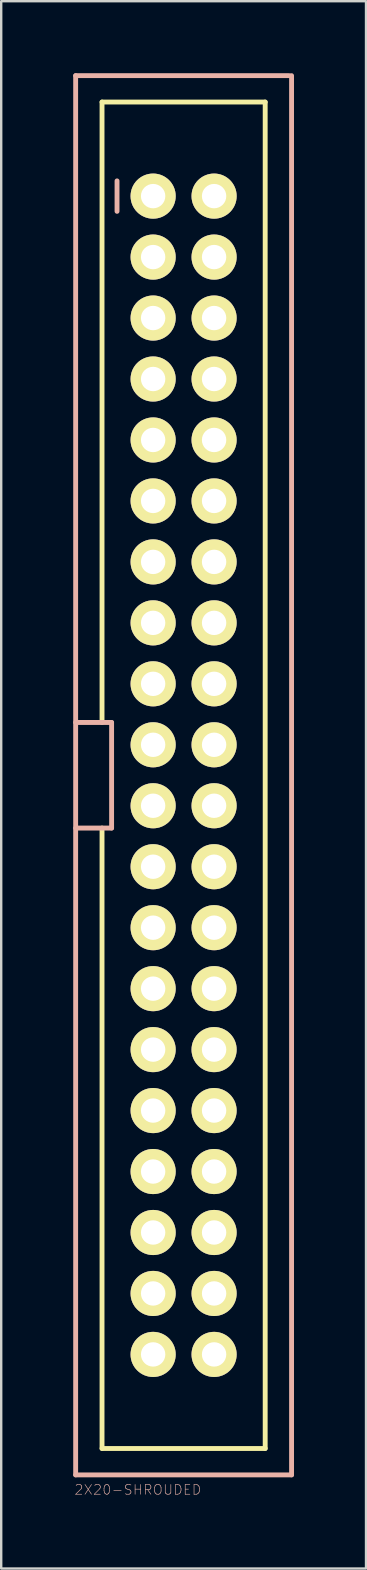
<source format=kicad_pcb>
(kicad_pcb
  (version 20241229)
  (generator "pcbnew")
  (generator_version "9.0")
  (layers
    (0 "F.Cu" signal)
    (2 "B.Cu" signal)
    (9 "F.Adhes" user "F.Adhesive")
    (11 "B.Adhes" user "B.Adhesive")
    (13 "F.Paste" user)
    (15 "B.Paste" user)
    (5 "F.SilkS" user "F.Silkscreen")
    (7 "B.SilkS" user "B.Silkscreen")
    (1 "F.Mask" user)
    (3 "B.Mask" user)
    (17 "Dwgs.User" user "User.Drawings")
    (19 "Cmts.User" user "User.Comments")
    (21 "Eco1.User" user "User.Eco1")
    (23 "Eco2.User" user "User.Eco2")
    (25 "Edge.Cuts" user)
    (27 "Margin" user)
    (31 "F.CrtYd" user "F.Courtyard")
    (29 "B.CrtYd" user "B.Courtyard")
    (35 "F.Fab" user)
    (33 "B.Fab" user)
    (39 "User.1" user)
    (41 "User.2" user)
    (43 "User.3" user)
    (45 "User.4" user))
  (footprint "2X20-SHROUDED"
    (layer "F.Cu")
    (at 4.6 29.251)
    (property "Reference" "2X20-SHROUDED" (at -1.905 29.769 0) (layer "B.SilkS") (effects (font (size 0.406 0.406) (thickness 0.025))))
    (attr exclude_from_pos_files exclude_from_bom)
    (fp_line (start -3.399 -28.049) (end -3.399 -2.2) (stroke (width 0.203) (type solid)) (layer "F.SilkS"))
    (fp_line (start -3.399 -28.049) (end 3.399 -28.049) (stroke (width 0.203) (type solid)) (layer "F.SilkS"))
    (fp_line (start -3.399 28.049) (end -3.399 2.2) (stroke (width 0.203) (type solid)) (layer "F.SilkS"))
    (fp_line (start -3.399 28.049) (end 3.399 28.049) (stroke (width 0.203) (type solid)) (layer "F.SilkS"))
    (fp_line (start -1.524 -24.384) (end -1.016 -24.384) (stroke (width 0.066) (type solid)) (layer "F.SilkS"))
    (fp_line (start -1.524 -23.876) (end -1.524 -24.384) (stroke (width 0.066) (type solid)) (layer "F.SilkS"))
    (fp_line (start -1.524 -23.876) (end -1.016 -23.876) (stroke (width 0.066) (type solid)) (layer "F.SilkS"))
    (fp_line (start -1.524 -21.844) (end -1.016 -21.844) (stroke (width 0.066) (type solid)) (layer "F.SilkS"))
    (fp_line (start -1.524 -21.336) (end -1.524 -21.844) (stroke (width 0.066) (type solid)) (layer "F.SilkS"))
    (fp_line (start -1.524 -21.336) (end -1.016 -21.336) (stroke (width 0.066) (type solid)) (layer "F.SilkS"))
    (fp_line (start -1.524 -19.304) (end -1.016 -19.304) (stroke (width 0.066) (type solid)) (layer "F.SilkS"))
    (fp_line (start -1.524 -18.796) (end -1.524 -19.304) (stroke (width 0.066) (type solid)) (layer "F.SilkS"))
    (fp_line (start -1.524 -18.796) (end -1.016 -18.796) (stroke (width 0.066) (type solid)) (layer "F.SilkS"))
    (fp_line (start -1.524 -16.764) (end -1.016 -16.764) (stroke (width 0.066) (type solid)) (layer "F.SilkS"))
    (fp_line (start -1.524 -16.764) (end -1.016 -16.764) (stroke (width 0.066) (type solid)) (layer "F.SilkS"))
    (fp_line (start -1.524 -16.256) (end -1.524 -16.764) (stroke (width 0.066) (type solid)) (layer "F.SilkS"))
    (fp_line (start -1.524 -16.256) (end -1.524 -16.764) (stroke (width 0.066) (type solid)) (layer "F.SilkS"))
    (fp_line (start -1.524 -16.256) (end -1.016 -16.256) (stroke (width 0.066) (type solid)) (layer "F.SilkS"))
    (fp_line (start -1.524 -16.256) (end -1.016 -16.256) (stroke (width 0.066) (type solid)) (layer "F.SilkS"))
    (fp_line (start -1.524 -14.224) (end -1.016 -14.224) (stroke (width 0.066) (type solid)) (layer "F.SilkS"))
    (fp_line (start -1.524 -13.716) (end -1.524 -14.224) (stroke (width 0.066) (type solid)) (layer "F.SilkS"))
    (fp_line (start -1.524 -13.716) (end -1.016 -13.716) (stroke (width 0.066) (type solid)) (layer "F.SilkS"))
    (fp_line (start -1.524 -11.684) (end -1.016 -11.684) (stroke (width 0.066) (type solid)) (layer "F.SilkS"))
    (fp_line (start -1.524 -11.176) (end -1.524 -11.684) (stroke (width 0.066) (type solid)) (layer "F.SilkS"))
    (fp_line (start -1.524 -11.176) (end -1.016 -11.176) (stroke (width 0.066) (type solid)) (layer "F.SilkS"))
    (fp_line (start -1.524 -9.144) (end -1.016 -9.144) (stroke (width 0.066) (type solid)) (layer "F.SilkS"))
    (fp_line (start -1.524 -8.636) (end -1.524 -9.144) (stroke (width 0.066) (type solid)) (layer "F.SilkS"))
    (fp_line (start -1.524 -8.636) (end -1.016 -8.636) (stroke (width 0.066) (type solid)) (layer "F.SilkS"))
    (fp_line (start -1.524 -6.604) (end -1.016 -6.604) (stroke (width 0.066) (type solid)) (layer "F.SilkS"))
    (fp_line (start -1.524 -6.096) (end -1.524 -6.604) (stroke (width 0.066) (type solid)) (layer "F.SilkS"))
    (fp_line (start -1.524 -6.096) (end -1.016 -6.096) (stroke (width 0.066) (type solid)) (layer "F.SilkS"))
    (fp_line (start -1.524 -4.064) (end -1.016 -4.064) (stroke (width 0.066) (type solid)) (layer "F.SilkS"))
    (fp_line (start -1.524 -4.064) (end -1.016 -4.064) (stroke (width 0.066) (type solid)) (layer "F.SilkS"))
    (fp_line (start -1.524 -3.556) (end -1.524 -4.064) (stroke (width 0.066) (type solid)) (layer "F.SilkS"))
    (fp_line (start -1.524 -3.556) (end -1.524 -4.064) (stroke (width 0.066) (type solid)) (layer "F.SilkS"))
    (fp_line (start -1.524 -3.556) (end -1.016 -3.556) (stroke (width 0.066) (type solid)) (layer "F.SilkS"))
    (fp_line (start -1.524 -3.556) (end -1.016 -3.556) (stroke (width 0.066) (type solid)) (layer "F.SilkS"))
    (fp_line (start -1.524 -1.524) (end -1.016 -1.524) (stroke (width 0.066) (type solid)) (layer "F.SilkS"))
    (fp_line (start -1.524 -1.016) (end -1.524 -1.524) (stroke (width 0.066) (type solid)) (layer "F.SilkS"))
    (fp_line (start -1.524 -1.016) (end -1.016 -1.016) (stroke (width 0.066) (type solid)) (layer "F.SilkS"))
    (fp_line (start -1.524 1.016) (end -1.016 1.016) (stroke (width 0.066) (type solid)) (layer "F.SilkS"))
    (fp_line (start -1.524 1.524) (end -1.524 1.016) (stroke (width 0.066) (type solid)) (layer "F.SilkS"))
    (fp_line (start -1.524 1.524) (end -1.016 1.524) (stroke (width 0.066) (type solid)) (layer "F.SilkS"))
    (fp_line (start -1.524 3.556) (end -1.016 3.556) (stroke (width 0.066) (type solid)) (layer "F.SilkS"))
    (fp_line (start -1.524 3.556) (end -1.016 3.556) (stroke (width 0.066) (type solid)) (layer "F.SilkS"))
    (fp_line (start -1.524 4.064) (end -1.524 3.556) (stroke (width 0.066) (type solid)) (layer "F.SilkS"))
    (fp_line (start -1.524 4.064) (end -1.524 3.556) (stroke (width 0.066) (type solid)) (layer "F.SilkS"))
    (fp_line (start -1.524 4.064) (end -1.016 4.064) (stroke (width 0.066) (type solid)) (layer "F.SilkS"))
    (fp_line (start -1.524 4.064) (end -1.016 4.064) (stroke (width 0.066) (type solid)) (layer "F.SilkS"))
    (fp_line (start -1.524 6.096) (end -1.016 6.096) (stroke (width 0.066) (type solid)) (layer "F.SilkS"))
    (fp_line (start -1.524 6.604) (end -1.524 6.096) (stroke (width 0.066) (type solid)) (layer "F.SilkS"))
    (fp_line (start -1.524 6.604) (end -1.016 6.604) (stroke (width 0.066) (type solid)) (layer "F.SilkS"))
    (fp_line (start -1.524 8.636) (end -1.016 8.636) (stroke (width 0.066) (type solid)) (layer "F.SilkS"))
    (fp_line (start -1.524 9.144) (end -1.524 8.636) (stroke (width 0.066) (type solid)) (layer "F.SilkS"))
    (fp_line (start -1.524 9.144) (end -1.016 9.144) (stroke (width 0.066) (type solid)) (layer "F.SilkS"))
    (fp_line (start -1.524 11.176) (end -1.016 11.176) (stroke (width 0.066) (type solid)) (layer "F.SilkS"))
    (fp_line (start -1.524 11.684) (end -1.524 11.176) (stroke (width 0.066) (type solid)) (layer "F.SilkS"))
    (fp_line (start -1.524 11.684) (end -1.016 11.684) (stroke (width 0.066) (type solid)) (layer "F.SilkS"))
    (fp_line (start -1.524 13.716) (end -1.016 13.716) (stroke (width 0.066) (type solid)) (layer "F.SilkS"))
    (fp_line (start -1.524 14.224) (end -1.524 13.716) (stroke (width 0.066) (type solid)) (layer "F.SilkS"))
    (fp_line (start -1.524 14.224) (end -1.016 14.224) (stroke (width 0.066) (type solid)) (layer "F.SilkS"))
    (fp_line (start -1.524 16.256) (end -1.016 16.256) (stroke (width 0.066) (type solid)) (layer "F.SilkS"))
    (fp_line (start -1.524 16.764) (end -1.524 16.256) (stroke (width 0.066) (type solid)) (layer "F.SilkS"))
    (fp_line (start -1.524 16.764) (end -1.016 16.764) (stroke (width 0.066) (type solid)) (layer "F.SilkS"))
    (fp_line (start -1.524 18.796) (end -1.016 18.796) (stroke (width 0.066) (type solid)) (layer "F.SilkS"))
    (fp_line (start -1.524 19.304) (end -1.524 18.796) (stroke (width 0.066) (type solid)) (layer "F.SilkS"))
    (fp_line (start -1.524 19.304) (end -1.016 19.304) (stroke (width 0.066) (type solid)) (layer "F.SilkS"))
    (fp_line (start -1.524 21.336) (end -1.016 21.336) (stroke (width 0.066) (type solid)) (layer "F.SilkS"))
    (fp_line (start -1.524 21.844) (end -1.524 21.336) (stroke (width 0.066) (type solid)) (layer "F.SilkS"))
    (fp_line (start -1.524 21.844) (end -1.016 21.844) (stroke (width 0.066) (type solid)) (layer "F.SilkS"))
    (fp_line (start -1.524 23.876) (end -1.016 23.876) (stroke (width 0.066) (type solid)) (layer "F.SilkS"))
    (fp_line (start -1.524 24.384) (end -1.524 23.876) (stroke (width 0.066) (type solid)) (layer "F.SilkS"))
    (fp_line (start -1.524 24.384) (end -1.016 24.384) (stroke (width 0.066) (type solid)) (layer "F.SilkS"))
    (fp_line (start -1.016 -23.876) (end -1.016 -24.384) (stroke (width 0.066) (type solid)) (layer "F.SilkS"))
    (fp_line (start -1.016 -21.336) (end -1.016 -21.844) (stroke (width 0.066) (type solid)) (layer "F.SilkS"))
    (fp_line (start -1.016 -18.796) (end -1.016 -19.304) (stroke (width 0.066) (type solid)) (layer "F.SilkS"))
    (fp_line (start -1.016 -16.256) (end -1.016 -16.764) (stroke (width 0.066) (type solid)) (layer "F.SilkS"))
    (fp_line (start -1.016 -16.256) (end -1.016 -16.764) (stroke (width 0.066) (type solid)) (layer "F.SilkS"))
    (fp_line (start -1.016 -13.716) (end -1.016 -14.224) (stroke (width 0.066) (type solid)) (layer "F.SilkS"))
    (fp_line (start -1.016 -11.176) (end -1.016 -11.684) (stroke (width 0.066) (type solid)) (layer "F.SilkS"))
    (fp_line (start -1.016 -8.636) (end -1.016 -9.144) (stroke (width 0.066) (type solid)) (layer "F.SilkS"))
    (fp_line (start -1.016 -6.096) (end -1.016 -6.604) (stroke (width 0.066) (type solid)) (layer "F.SilkS"))
    (fp_line (start -1.016 -3.556) (end -1.016 -4.064) (stroke (width 0.066) (type solid)) (layer "F.SilkS"))
    (fp_line (start -1.016 -3.556) (end -1.016 -4.064) (stroke (width 0.066) (type solid)) (layer "F.SilkS"))
    (fp_line (start -1.016 -1.016) (end -1.016 -1.524) (stroke (width 0.066) (type solid)) (layer "F.SilkS"))
    (fp_line (start -1.016 1.524) (end -1.016 1.016) (stroke (width 0.066) (type solid)) (layer "F.SilkS"))
    (fp_line (start -1.016 4.064) (end -1.016 3.556) (stroke (width 0.066) (type solid)) (layer "F.SilkS"))
    (fp_line (start -1.016 4.064) (end -1.016 3.556) (stroke (width 0.066) (type solid)) (layer "F.SilkS"))
    (fp_line (start -1.016 6.604) (end -1.016 6.096) (stroke (width 0.066) (type solid)) (layer "F.SilkS"))
    (fp_line (start -1.016 9.144) (end -1.016 8.636) (stroke (width 0.066) (type solid)) (layer "F.SilkS"))
    (fp_line (start -1.016 11.684) (end -1.016 11.176) (stroke (width 0.066) (type solid)) (layer "F.SilkS"))
    (fp_line (start -1.016 14.224) (end -1.016 13.716) (stroke (width 0.066) (type solid)) (layer "F.SilkS"))
    (fp_line (start -1.016 16.764) (end -1.016 16.256) (stroke (width 0.066) (type solid)) (layer "F.SilkS"))
    (fp_line (start -1.016 19.304) (end -1.016 18.796) (stroke (width 0.066) (type solid)) (layer "F.SilkS"))
    (fp_line (start -1.016 21.844) (end -1.016 21.336) (stroke (width 0.066) (type solid)) (layer "F.SilkS"))
    (fp_line (start -1.016 24.384) (end -1.016 23.876) (stroke (width 0.066) (type solid)) (layer "F.SilkS"))
    (fp_line (start 1.016 -24.384) (end 1.524 -24.384) (stroke (width 0.066) (type solid)) (layer "F.SilkS"))
    (fp_line (start 1.016 -23.876) (end 1.016 -24.384) (stroke (width 0.066) (type solid)) (layer "F.SilkS"))
    (fp_line (start 1.016 -23.876) (end 1.524 -23.876) (stroke (width 0.066) (type solid)) (layer "F.SilkS"))
    (fp_line (start 1.016 -21.844) (end 1.524 -21.844) (stroke (width 0.066) (type solid)) (layer "F.SilkS"))
    (fp_line (start 1.016 -21.336) (end 1.016 -21.844) (stroke (width 0.066) (type solid)) (layer "F.SilkS"))
    (fp_line (start 1.016 -21.336) (end 1.524 -21.336) (stroke (width 0.066) (type solid)) (layer "F.SilkS"))
    (fp_line (start 1.016 -19.304) (end 1.524 -19.304) (stroke (width 0.066) (type solid)) (layer "F.SilkS"))
    (fp_line (start 1.016 -18.796) (end 1.016 -19.304) (stroke (width 0.066) (type solid)) (layer "F.SilkS"))
    (fp_line (start 1.016 -18.796) (end 1.524 -18.796) (stroke (width 0.066) (type solid)) (layer "F.SilkS"))
    (fp_line (start 1.016 -16.764) (end 1.524 -16.764) (stroke (width 0.066) (type solid)) (layer "F.SilkS"))
    (fp_line (start 1.016 -16.764) (end 1.524 -16.764) (stroke (width 0.066) (type solid)) (layer "F.SilkS"))
    (fp_line (start 1.016 -16.256) (end 1.016 -16.764) (stroke (width 0.066) (type solid)) (layer "F.SilkS"))
    (fp_line (start 1.016 -16.256) (end 1.016 -16.764) (stroke (width 0.066) (type solid)) (layer "F.SilkS"))
    (fp_line (start 1.016 -16.256) (end 1.524 -16.256) (stroke (width 0.066) (type solid)) (layer "F.SilkS"))
    (fp_line (start 1.016 -16.256) (end 1.524 -16.256) (stroke (width 0.066) (type solid)) (layer "F.SilkS"))
    (fp_line (start 1.016 -14.224) (end 1.524 -14.224) (stroke (width 0.066) (type solid)) (layer "F.SilkS"))
    (fp_line (start 1.016 -13.716) (end 1.016 -14.224) (stroke (width 0.066) (type solid)) (layer "F.SilkS"))
    (fp_line (start 1.016 -13.716) (end 1.524 -13.716) (stroke (width 0.066) (type solid)) (layer "F.SilkS"))
    (fp_line (start 1.016 -11.684) (end 1.524 -11.684) (stroke (width 0.066) (type solid)) (layer "F.SilkS"))
    (fp_line (start 1.016 -11.176) (end 1.016 -11.684) (stroke (width 0.066) (type solid)) (layer "F.SilkS"))
    (fp_line (start 1.016 -11.176) (end 1.524 -11.176) (stroke (width 0.066) (type solid)) (layer "F.SilkS"))
    (fp_line (start 1.016 -9.144) (end 1.524 -9.144) (stroke (width 0.066) (type solid)) (layer "F.SilkS"))
    (fp_line (start 1.016 -8.636) (end 1.016 -9.144) (stroke (width 0.066) (type solid)) (layer "F.SilkS"))
    (fp_line (start 1.016 -8.636) (end 1.524 -8.636) (stroke (width 0.066) (type solid)) (layer "F.SilkS"))
    (fp_line (start 1.016 -6.604) (end 1.524 -6.604) (stroke (width 0.066) (type solid)) (layer "F.SilkS"))
    (fp_line (start 1.016 -6.096) (end 1.016 -6.604) (stroke (width 0.066) (type solid)) (layer "F.SilkS"))
    (fp_line (start 1.016 -6.096) (end 1.524 -6.096) (stroke (width 0.066) (type solid)) (layer "F.SilkS"))
    (fp_line (start 1.016 -4.064) (end 1.524 -4.064) (stroke (width 0.066) (type solid)) (layer "F.SilkS"))
    (fp_line (start 1.016 -4.064) (end 1.524 -4.064) (stroke (width 0.066) (type solid)) (layer "F.SilkS"))
    (fp_line (start 1.016 -3.556) (end 1.016 -4.064) (stroke (width 0.066) (type solid)) (layer "F.SilkS"))
    (fp_line (start 1.016 -3.556) (end 1.016 -4.064) (stroke (width 0.066) (type solid)) (layer "F.SilkS"))
    (fp_line (start 1.016 -3.556) (end 1.524 -3.556) (stroke (width 0.066) (type solid)) (layer "F.SilkS"))
    (fp_line (start 1.016 -3.556) (end 1.524 -3.556) (stroke (width 0.066) (type solid)) (layer "F.SilkS"))
    (fp_line (start 1.016 -1.524) (end 1.524 -1.524) (stroke (width 0.066) (type solid)) (layer "F.SilkS"))
    (fp_line (start 1.016 -1.016) (end 1.016 -1.524) (stroke (width 0.066) (type solid)) (layer "F.SilkS"))
    (fp_line (start 1.016 -1.016) (end 1.524 -1.016) (stroke (width 0.066) (type solid)) (layer "F.SilkS"))
    (fp_line (start 1.016 1.016) (end 1.524 1.016) (stroke (width 0.066) (type solid)) (layer "F.SilkS"))
    (fp_line (start 1.016 1.524) (end 1.016 1.016) (stroke (width 0.066) (type solid)) (layer "F.SilkS"))
    (fp_line (start 1.016 1.524) (end 1.524 1.524) (stroke (width 0.066) (type solid)) (layer "F.SilkS"))
    (fp_line (start 1.016 3.556) (end 1.524 3.556) (stroke (width 0.066) (type solid)) (layer "F.SilkS"))
    (fp_line (start 1.016 3.556) (end 1.524 3.556) (stroke (width 0.066) (type solid)) (layer "F.SilkS"))
    (fp_line (start 1.016 4.064) (end 1.016 3.556) (stroke (width 0.066) (type solid)) (layer "F.SilkS"))
    (fp_line (start 1.016 4.064) (end 1.016 3.556) (stroke (width 0.066) (type solid)) (layer "F.SilkS"))
    (fp_line (start 1.016 4.064) (end 1.524 4.064) (stroke (width 0.066) (type solid)) (layer "F.SilkS"))
    (fp_line (start 1.016 4.064) (end 1.524 4.064) (stroke (width 0.066) (type solid)) (layer "F.SilkS"))
    (fp_line (start 1.016 6.096) (end 1.524 6.096) (stroke (width 0.066) (type solid)) (layer "F.SilkS"))
    (fp_line (start 1.016 6.604) (end 1.016 6.096) (stroke (width 0.066) (type solid)) (layer "F.SilkS"))
    (fp_line (start 1.016 6.604) (end 1.524 6.604) (stroke (width 0.066) (type solid)) (layer "F.SilkS"))
    (fp_line (start 1.016 8.636) (end 1.524 8.636) (stroke (width 0.066) (type solid)) (layer "F.SilkS"))
    (fp_line (start 1.016 9.144) (end 1.016 8.636) (stroke (width 0.066) (type solid)) (layer "F.SilkS"))
    (fp_line (start 1.016 9.144) (end 1.524 9.144) (stroke (width 0.066) (type solid)) (layer "F.SilkS"))
    (fp_line (start 1.016 11.176) (end 1.524 11.176) (stroke (width 0.066) (type solid)) (layer "F.SilkS"))
    (fp_line (start 1.016 11.684) (end 1.016 11.176) (stroke (width 0.066) (type solid)) (layer "F.SilkS"))
    (fp_line (start 1.016 11.684) (end 1.524 11.684) (stroke (width 0.066) (type solid)) (layer "F.SilkS"))
    (fp_line (start 1.016 13.716) (end 1.524 13.716) (stroke (width 0.066) (type solid)) (layer "F.SilkS"))
    (fp_line (start 1.016 14.224) (end 1.016 13.716) (stroke (width 0.066) (type solid)) (layer "F.SilkS"))
    (fp_line (start 1.016 14.224) (end 1.524 14.224) (stroke (width 0.066) (type solid)) (layer "F.SilkS"))
    (fp_line (start 1.016 16.256) (end 1.524 16.256) (stroke (width 0.066) (type solid)) (layer "F.SilkS"))
    (fp_line (start 1.016 16.764) (end 1.016 16.256) (stroke (width 0.066) (type solid)) (layer "F.SilkS"))
    (fp_line (start 1.016 16.764) (end 1.524 16.764) (stroke (width 0.066) (type solid)) (layer "F.SilkS"))
    (fp_line (start 1.016 18.796) (end 1.524 18.796) (stroke (width 0.066) (type solid)) (layer "F.SilkS"))
    (fp_line (start 1.016 19.304) (end 1.016 18.796) (stroke (width 0.066) (type solid)) (layer "F.SilkS"))
    (fp_line (start 1.016 19.304) (end 1.524 19.304) (stroke (width 0.066) (type solid)) (layer "F.SilkS"))
    (fp_line (start 1.016 21.336) (end 1.524 21.336) (stroke (width 0.066) (type solid)) (layer "F.SilkS"))
    (fp_line (start 1.016 21.844) (end 1.016 21.336) (stroke (width 0.066) (type solid)) (layer "F.SilkS"))
    (fp_line (start 1.016 21.844) (end 1.524 21.844) (stroke (width 0.066) (type solid)) (layer "F.SilkS"))
    (fp_line (start 1.016 23.876) (end 1.524 23.876) (stroke (width 0.066) (type solid)) (layer "F.SilkS"))
    (fp_line (start 1.016 24.384) (end 1.016 23.876) (stroke (width 0.066) (type solid)) (layer "F.SilkS"))
    (fp_line (start 1.016 24.384) (end 1.524 24.384) (stroke (width 0.066) (type solid)) (layer "F.SilkS"))
    (fp_line (start 1.524 -23.876) (end 1.524 -24.384) (stroke (width 0.066) (type solid)) (layer "F.SilkS"))
    (fp_line (start 1.524 -21.336) (end 1.524 -21.844) (stroke (width 0.066) (type solid)) (layer "F.SilkS"))
    (fp_line (start 1.524 -18.796) (end 1.524 -19.304) (stroke (width 0.066) (type solid)) (layer "F.SilkS"))
    (fp_line (start 1.524 -16.256) (end 1.524 -16.764) (stroke (width 0.066) (type solid)) (layer "F.SilkS"))
    (fp_line (start 1.524 -16.256) (end 1.524 -16.764) (stroke (width 0.066) (type solid)) (layer "F.SilkS"))
    (fp_line (start 1.524 -13.716) (end 1.524 -14.224) (stroke (width 0.066) (type solid)) (layer "F.SilkS"))
    (fp_line (start 1.524 -11.176) (end 1.524 -11.684) (stroke (width 0.066) (type solid)) (layer "F.SilkS"))
    (fp_line (start 1.524 -8.636) (end 1.524 -9.144) (stroke (width 0.066) (type solid)) (layer "F.SilkS"))
    (fp_line (start 1.524 -6.096) (end 1.524 -6.604) (stroke (width 0.066) (type solid)) (layer "F.SilkS"))
    (fp_line (start 1.524 -3.556) (end 1.524 -4.064) (stroke (width 0.066) (type solid)) (layer "F.SilkS"))
    (fp_line (start 1.524 -3.556) (end 1.524 -4.064) (stroke (width 0.066) (type solid)) (layer "F.SilkS"))
    (fp_line (start 1.524 -1.016) (end 1.524 -1.524) (stroke (width 0.066) (type solid)) (layer "F.SilkS"))
    (fp_line (start 1.524 1.524) (end 1.524 1.016) (stroke (width 0.066) (type solid)) (layer "F.SilkS"))
    (fp_line (start 1.524 4.064) (end 1.524 3.556) (stroke (width 0.066) (type solid)) (layer "F.SilkS"))
    (fp_line (start 1.524 4.064) (end 1.524 3.556) (stroke (width 0.066) (type solid)) (layer "F.SilkS"))
    (fp_line (start 1.524 6.604) (end 1.524 6.096) (stroke (width 0.066) (type solid)) (layer "F.SilkS"))
    (fp_line (start 1.524 9.144) (end 1.524 8.636) (stroke (width 0.066) (type solid)) (layer "F.SilkS"))
    (fp_line (start 1.524 11.684) (end 1.524 11.176) (stroke (width 0.066) (type solid)) (layer "F.SilkS"))
    (fp_line (start 1.524 14.224) (end 1.524 13.716) (stroke (width 0.066) (type solid)) (layer "F.SilkS"))
    (fp_line (start 1.524 16.764) (end 1.524 16.256) (stroke (width 0.066) (type solid)) (layer "F.SilkS"))
    (fp_line (start 1.524 19.304) (end 1.524 18.796) (stroke (width 0.066) (type solid)) (layer "F.SilkS"))
    (fp_line (start 1.524 21.844) (end 1.524 21.336) (stroke (width 0.066) (type solid)) (layer "F.SilkS"))
    (fp_line (start 1.524 24.384) (end 1.524 23.876) (stroke (width 0.066) (type solid)) (layer "F.SilkS"))
    (fp_line (start 3.399 -28.049) (end 3.399 28.049) (stroke (width 0.203) (type solid)) (layer "F.SilkS"))
    (fp_line (start -4.498 -29.149) (end 4.399 -29.149) (stroke (width 0.203) (type solid)) (layer "B.SilkS"))
    (fp_line (start -4.498 -2.2) (end -3 -2.2) (stroke (width 0.203) (type solid)) (layer "B.SilkS"))
    (fp_line (start -4.498 29.149) (end -4.498 -29.149) (stroke (width 0.203) (type solid)) (layer "B.SilkS"))
    (fp_line (start -3 -2.2) (end -3 2.2) (stroke (width 0.203) (type solid)) (layer "B.SilkS"))
    (fp_line (start -3 2.2) (end -4.498 2.2) (stroke (width 0.203) (type solid)) (layer "B.SilkS"))
    (fp_line (start -2.774 -24.765) (end -2.774 -23.495) (stroke (width 0.203) (type solid)) (layer "B.SilkS"))
    (fp_line (start 4.498 -29.149) (end 4.498 29.149) (stroke (width 0.203) (type solid)) (layer "B.SilkS"))
    (fp_line (start 4.498 29.149) (end -4.498 29.149) (stroke (width 0.203) (type solid)) (layer "B.SilkS"))
    (pad "1" thru_hole circle (at -1.27 -24.13) (size 1.88 1.88) (drill 1.016) (layers "*.Cu" "F.Mask" "F.SilkS" "F.Paste"))
    (pad "2" thru_hole circle (at 1.27 -24.13) (size 1.88 1.88) (drill 1.016) (layers "*.Cu" "F.Mask" "F.SilkS" "F.Paste"))
    (pad "3" thru_hole circle (at -1.27 -21.59) (size 1.88 1.88) (drill 1.016) (layers "*.Cu" "F.Mask" "F.SilkS" "F.Paste"))
    (pad "4" thru_hole circle (at 1.27 -21.59) (size 1.88 1.88) (drill 1.016) (layers "*.Cu" "F.Mask" "F.SilkS" "F.Paste"))
    (pad "5" thru_hole circle (at -1.27 -19.05) (size 1.88 1.88) (drill 1.016) (layers "*.Cu" "F.Mask" "F.SilkS" "F.Paste"))
    (pad "6" thru_hole circle (at 1.27 -19.05) (size 1.88 1.88) (drill 1.016) (layers "*.Cu" "F.Mask" "F.SilkS" "F.Paste"))
    (pad "7" thru_hole circle (at -1.27 -16.51) (size 1.88 1.88) (drill 1.016) (layers "*.Cu" "F.Mask" "F.SilkS" "F.Paste"))
    (pad "8" thru_hole circle (at 1.27 -16.51) (size 1.88 1.88) (drill 1.016) (layers "*.Cu" "F.Mask" "F.SilkS" "F.Paste"))
    (pad "9" thru_hole circle (at -1.27 -13.97) (size 1.88 1.88) (drill 1.016) (layers "*.Cu" "F.Mask" "F.SilkS" "F.Paste"))
    (pad "10" thru_hole circle (at 1.27 -13.97) (size 1.88 1.88) (drill 1.016) (layers "*.Cu" "F.Mask" "F.SilkS" "F.Paste"))
    (pad "11" thru_hole circle (at -1.27 -11.43) (size 1.88 1.88) (drill 1.016) (layers "*.Cu" "F.Mask" "F.SilkS" "F.Paste"))
    (pad "12" thru_hole circle (at 1.27 -11.43) (size 1.88 1.88) (drill 1.016) (layers "*.Cu" "F.Mask" "F.SilkS" "F.Paste"))
    (pad "13" thru_hole circle (at -1.27 -8.89) (size 1.88 1.88) (drill 1.016) (layers "*.Cu" "F.Mask" "F.SilkS" "F.Paste"))
    (pad "14" thru_hole circle (at 1.27 -8.89) (size 1.88 1.88) (drill 1.016) (layers "*.Cu" "F.Mask" "F.SilkS" "F.Paste"))
    (pad "15" thru_hole circle (at -1.27 -6.35) (size 1.88 1.88) (drill 1.016) (layers "*.Cu" "F.Mask" "F.SilkS" "F.Paste"))
    (pad "16" thru_hole circle (at 1.27 -6.35) (size 1.88 1.88) (drill 1.016) (layers "*.Cu" "F.Mask" "F.SilkS" "F.Paste"))
    (pad "17" thru_hole circle (at -1.27 -3.81) (size 1.88 1.88) (drill 1.016) (layers "*.Cu" "F.Mask" "F.SilkS" "F.Paste"))
    (pad "18" thru_hole circle (at 1.27 -3.81) (size 1.88 1.88) (drill 1.016) (layers "*.Cu" "F.Mask" "F.SilkS" "F.Paste"))
    (pad "19" thru_hole circle (at -1.27 -1.27) (size 1.88 1.88) (drill 1.016) (layers "*.Cu" "F.Mask" "F.SilkS" "F.Paste"))
    (pad "20" thru_hole circle (at 1.27 -1.27) (size 1.88 1.88) (drill 1.016) (layers "*.Cu" "F.Mask" "F.SilkS" "F.Paste"))
    (pad "21" thru_hole circle (at -1.27 1.27) (size 1.88 1.88) (drill 1.016) (layers "*.Cu" "F.Mask" "F.SilkS" "F.Paste"))
    (pad "22" thru_hole circle (at 1.27 1.27) (size 1.88 1.88) (drill 1.016) (layers "*.Cu" "F.Mask" "F.SilkS" "F.Paste"))
    (pad "23" thru_hole circle (at -1.27 3.81) (size 1.88 1.88) (drill 1.016) (layers "*.Cu" "F.Mask" "F.SilkS" "F.Paste"))
    (pad "24" thru_hole circle (at 1.27 3.81) (size 1.88 1.88) (drill 1.016) (layers "*.Cu" "F.Mask" "F.SilkS" "F.Paste"))
    (pad "25" thru_hole circle (at -1.27 6.35) (size 1.88 1.88) (drill 1.016) (layers "*.Cu" "F.Mask" "F.SilkS" "F.Paste"))
    (pad "26" thru_hole circle (at 1.27 6.35) (size 1.88 1.88) (drill 1.016) (layers "*.Cu" "F.Mask" "F.SilkS" "F.Paste"))
    (pad "27" thru_hole circle (at -1.27 8.89) (size 1.88 1.88) (drill 1.016) (layers "*.Cu" "F.Mask" "F.SilkS" "F.Paste"))
    (pad "28" thru_hole circle (at 1.27 8.89) (size 1.88 1.88) (drill 1.016) (layers "*.Cu" "F.Mask" "F.SilkS" "F.Paste"))
    (pad "29" thru_hole circle (at -1.27 11.43) (size 1.88 1.88) (drill 1.016) (layers "*.Cu" "F.Mask" "F.SilkS" "F.Paste"))
    (pad "30" thru_hole circle (at 1.27 11.43) (size 1.88 1.88) (drill 1.016) (layers "*.Cu" "F.Mask" "F.SilkS" "F.Paste"))
    (pad "31" thru_hole circle (at -1.27 13.97) (size 1.88 1.88) (drill 1.016) (layers "*.Cu" "F.Mask" "F.SilkS" "F.Paste"))
    (pad "32" thru_hole circle (at 1.27 13.97) (size 1.88 1.88) (drill 1.016) (layers "*.Cu" "F.Mask" "F.SilkS" "F.Paste"))
    (pad "33" thru_hole circle (at -1.27 16.51) (size 1.88 1.88) (drill 1.016) (layers "*.Cu" "F.Mask" "F.SilkS" "F.Paste"))
    (pad "34" thru_hole circle (at 1.27 16.51) (size 1.88 1.88) (drill 1.016) (layers "*.Cu" "F.Mask" "F.SilkS" "F.Paste"))
    (pad "35" thru_hole circle (at -1.27 19.05) (size 1.88 1.88) (drill 1.016) (layers "*.Cu" "F.Mask" "F.SilkS" "F.Paste"))
    (pad "36" thru_hole circle (at 1.27 19.05) (size 1.88 1.88) (drill 1.016) (layers "*.Cu" "F.Mask" "F.SilkS" "F.Paste"))
    (pad "37" thru_hole circle (at -1.27 21.59) (size 1.88 1.88) (drill 1.016) (layers "*.Cu" "F.Mask" "F.SilkS" "F.Paste"))
    (pad "38" thru_hole circle (at 1.27 21.59) (size 1.88 1.88) (drill 1.016) (layers "*.Cu" "F.Mask" "F.SilkS" "F.Paste"))
    (pad "39" thru_hole circle (at -1.27 24.13) (size 1.88 1.88) (drill 1.016) (layers "*.Cu" "F.Mask" "F.SilkS" "F.Paste"))
    (pad "40" thru_hole circle (at 1.27 24.13) (size 1.88 1.88) (drill 1.016) (layers "*.Cu" "F.Mask" "F.SilkS" "F.Paste")))
  (gr_rect
    (start -3 -3)
    (end 12.2 62.302)
    (stroke (width 0.1) (type default))
    (fill no)
    (layer "Edge.Cuts")))
</source>
